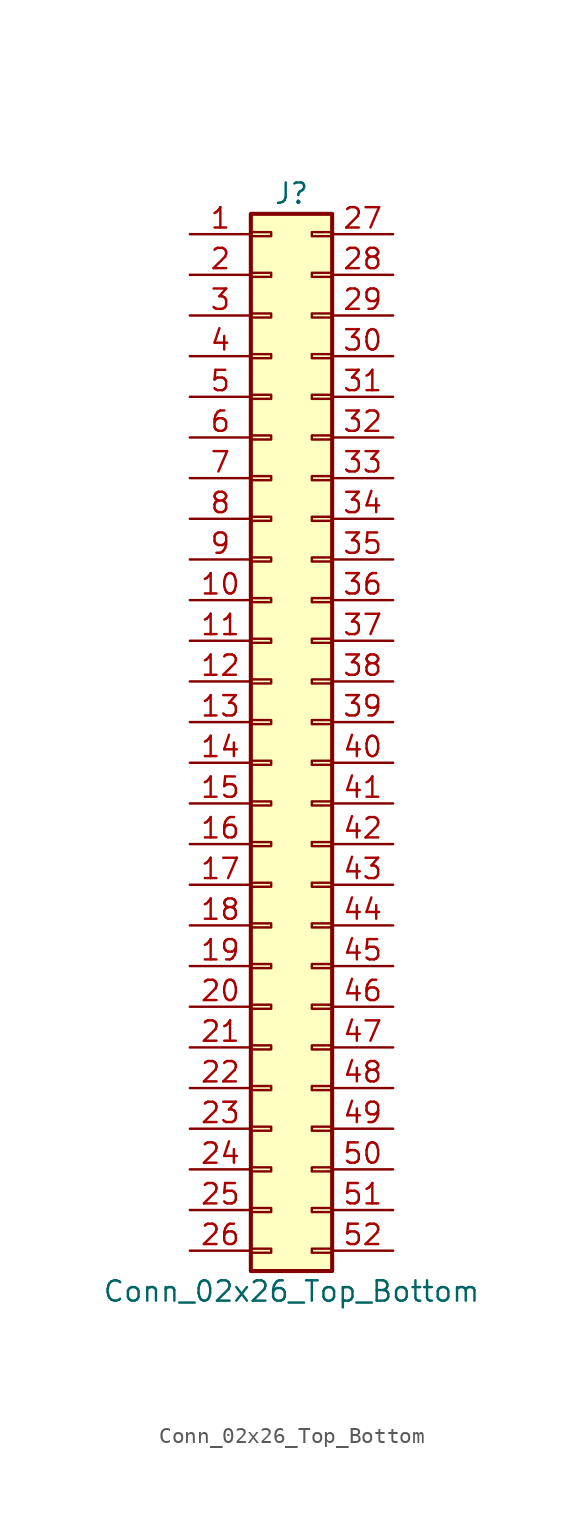
<source format=kicad_sym>
(kicad_symbol_lib
  (version 20201005)
  (generator kicad_symbol_editor)
  (symbol "Conn_02x26_Top_Bottom"
    (pin_names
      (offset 1.016) hide)
    (property "Reference" "J"
      (at 1.27 33.02 0)
      (effects (font (size 1.27 1.27))))
    (property "Value" "Conn_02x26_Top_Bottom"
      (at 1.27 -35.56 0)
      (effects (font (size 1.27 1.27))))
    (symbol "Conn_02x26_Top_Bottom_1_1"
      (rectangle (start -1.27 -32.893) (end 0 -33.147) (stroke (width 0.152)) (fill (type none)))
      (rectangle (start -1.27 -30.353) (end 0 -30.607) (stroke (width 0.152)) (fill (type none)))
      (rectangle (start -1.27 -27.813) (end 0 -28.067) (stroke (width 0.152)) (fill (type none)))
      (rectangle (start -1.27 -25.273) (end 0 -25.527) (stroke (width 0.152)) (fill (type none)))
      (rectangle (start -1.27 -22.733) (end 0 -22.987) (stroke (width 0.152)) (fill (type none)))
      (rectangle (start -1.27 -20.193) (end 0 -20.447) (stroke (width 0.152)) (fill (type none)))
      (rectangle (start -1.27 -17.653) (end 0 -17.907) (stroke (width 0.152)) (fill (type none)))
      (rectangle (start -1.27 -15.113) (end 0 -15.367) (stroke (width 0.152)) (fill (type none)))
      (rectangle (start -1.27 -12.573) (end 0 -12.827) (stroke (width 0.152)) (fill (type none)))
      (rectangle (start -1.27 -10.033) (end 0 -10.287) (stroke (width 0.152)) (fill (type none)))
      (rectangle (start -1.27 -7.493) (end 0 -7.747) (stroke (width 0.152)) (fill (type none)))
      (rectangle (start -1.27 -4.953) (end 0 -5.207) (stroke (width 0.152)) (fill (type none)))
      (rectangle (start -1.27 -2.413) (end 0 -2.667) (stroke (width 0.152)) (fill (type none)))
      (rectangle (start -1.27 0.127) (end 0 -0.127) (stroke (width 0.152)) (fill (type none)))
      (rectangle (start -1.27 2.667) (end 0 2.413) (stroke (width 0.152)) (fill (type none)))
      (rectangle (start -1.27 5.207) (end 0 4.953) (stroke (width 0.152)) (fill (type none)))
      (rectangle (start -1.27 7.747) (end 0 7.493) (stroke (width 0.152)) (fill (type none)))
      (rectangle (start -1.27 10.287) (end 0 10.033) (stroke (width 0.152)) (fill (type none)))
      (rectangle (start -1.27 12.827) (end 0 12.573) (stroke (width 0.152)) (fill (type none)))
      (rectangle (start -1.27 15.367) (end 0 15.113) (stroke (width 0.152)) (fill (type none)))
      (rectangle (start -1.27 17.907) (end 0 17.653) (stroke (width 0.152)) (fill (type none)))
      (rectangle (start -1.27 20.447) (end 0 20.193) (stroke (width 0.152)) (fill (type none)))
      (rectangle (start -1.27 22.987) (end 0 22.733) (stroke (width 0.152)) (fill (type none)))
      (rectangle (start -1.27 25.527) (end 0 25.273) (stroke (width 0.152)) (fill (type none)))
      (rectangle (start -1.27 28.067) (end 0 27.813) (stroke (width 0.152)) (fill (type none)))
      (rectangle (start -1.27 30.607) (end 0 30.353) (stroke (width 0.152)) (fill (type none)))
      (rectangle (start 3.81 -32.893) (end 2.54 -33.147) (stroke (width 0.152)) (fill (type none)))
      (rectangle (start 3.81 -30.353) (end 2.54 -30.607) (stroke (width 0.152)) (fill (type none)))
      (rectangle (start 3.81 -27.813) (end 2.54 -28.067) (stroke (width 0.152)) (fill (type none)))
      (rectangle (start 3.81 -25.273) (end 2.54 -25.527) (stroke (width 0.152)) (fill (type none)))
      (rectangle (start 3.81 -22.733) (end 2.54 -22.987) (stroke (width 0.152)) (fill (type none)))
      (rectangle (start 3.81 -20.193) (end 2.54 -20.447) (stroke (width 0.152)) (fill (type none)))
      (rectangle (start 3.81 -17.653) (end 2.54 -17.907) (stroke (width 0.152)) (fill (type none)))
      (rectangle (start 3.81 -15.113) (end 2.54 -15.367) (stroke (width 0.152)) (fill (type none)))
      (rectangle (start 3.81 -12.573) (end 2.54 -12.827) (stroke (width 0.152)) (fill (type none)))
      (rectangle (start 3.81 -10.033) (end 2.54 -10.287) (stroke (width 0.152)) (fill (type none)))
      (rectangle (start 3.81 -7.493) (end 2.54 -7.747) (stroke (width 0.152)) (fill (type none)))
      (rectangle (start 3.81 -4.953) (end 2.54 -5.207) (stroke (width 0.152)) (fill (type none)))
      (rectangle (start 3.81 -2.413) (end 2.54 -2.667) (stroke (width 0.152)) (fill (type none)))
      (rectangle (start 3.81 0.127) (end 2.54 -0.127) (stroke (width 0.152)) (fill (type none)))
      (rectangle (start 3.81 2.667) (end 2.54 2.413) (stroke (width 0.152)) (fill (type none)))
      (rectangle (start 3.81 5.207) (end 2.54 4.953) (stroke (width 0.152)) (fill (type none)))
      (rectangle (start 3.81 7.747) (end 2.54 7.493) (stroke (width 0.152)) (fill (type none)))
      (rectangle (start 3.81 10.287) (end 2.54 10.033) (stroke (width 0.152)) (fill (type none)))
      (rectangle (start 3.81 12.827) (end 2.54 12.573) (stroke (width 0.152)) (fill (type none)))
      (rectangle (start 3.81 15.367) (end 2.54 15.113) (stroke (width 0.152)) (fill (type none)))
      (rectangle (start 3.81 17.907) (end 2.54 17.653) (stroke (width 0.152)) (fill (type none)))
      (rectangle (start 3.81 20.447) (end 2.54 20.193) (stroke (width 0.152)) (fill (type none)))
      (rectangle (start 3.81 22.987) (end 2.54 22.733) (stroke (width 0.152)) (fill (type none)))
      (rectangle (start 3.81 25.527) (end 2.54 25.273) (stroke (width 0.152)) (fill (type none)))
      (rectangle (start 3.81 28.067) (end 2.54 27.813) (stroke (width 0.152)) (fill (type none)))
      (rectangle (start 3.81 30.607) (end 2.54 30.353) (stroke (width 0.152)) (fill (type none)))
      (rectangle (start -1.27 31.75) (end 3.81 -34.29) (stroke (width 0.254)) (fill (type background)))
      (pin passive line (at -5.08 30.48 0) (length 3.81) (name "Pin_1" (effects (font (size 1.27 1.27)))) (number "1" (effects (font (size 1.27 1.27)))))
      (pin passive line (at -5.08 7.62 0) (length 3.81) (name "Pin_10" (effects (font (size 1.27 1.27)))) (number "10" (effects (font (size 1.27 1.27)))))
      (pin passive line (at -5.08 5.08 0) (length 3.81) (name "Pin_11" (effects (font (size 1.27 1.27)))) (number "11" (effects (font (size 1.27 1.27)))))
      (pin passive line (at -5.08 2.54 0) (length 3.81) (name "Pin_12" (effects (font (size 1.27 1.27)))) (number "12" (effects (font (size 1.27 1.27)))))
      (pin passive line (at -5.08 0 0) (length 3.81) (name "Pin_13" (effects (font (size 1.27 1.27)))) (number "13" (effects (font (size 1.27 1.27)))))
      (pin passive line (at -5.08 -2.54 0) (length 3.81) (name "Pin_14" (effects (font (size 1.27 1.27)))) (number "14" (effects (font (size 1.27 1.27)))))
      (pin passive line (at -5.08 -5.08 0) (length 3.81) (name "Pin_15" (effects (font (size 1.27 1.27)))) (number "15" (effects (font (size 1.27 1.27)))))
      (pin passive line (at -5.08 -7.62 0) (length 3.81) (name "Pin_16" (effects (font (size 1.27 1.27)))) (number "16" (effects (font (size 1.27 1.27)))))
      (pin passive line (at -5.08 -10.16 0) (length 3.81) (name "Pin_17" (effects (font (size 1.27 1.27)))) (number "17" (effects (font (size 1.27 1.27)))))
      (pin passive line (at -5.08 -12.7 0) (length 3.81) (name "Pin_18" (effects (font (size 1.27 1.27)))) (number "18" (effects (font (size 1.27 1.27)))))
      (pin passive line (at -5.08 -15.24 0) (length 3.81) (name "Pin_19" (effects (font (size 1.27 1.27)))) (number "19" (effects (font (size 1.27 1.27)))))
      (pin passive line (at -5.08 27.94 0) (length 3.81) (name "Pin_2" (effects (font (size 1.27 1.27)))) (number "2" (effects (font (size 1.27 1.27)))))
      (pin passive line (at -5.08 -17.78 0) (length 3.81) (name "Pin_20" (effects (font (size 1.27 1.27)))) (number "20" (effects (font (size 1.27 1.27)))))
      (pin passive line (at -5.08 -20.32 0) (length 3.81) (name "Pin_21" (effects (font (size 1.27 1.27)))) (number "21" (effects (font (size 1.27 1.27)))))
      (pin passive line (at -5.08 -22.86 0) (length 3.81) (name "Pin_22" (effects (font (size 1.27 1.27)))) (number "22" (effects (font (size 1.27 1.27)))))
      (pin passive line (at -5.08 -25.4 0) (length 3.81) (name "Pin_23" (effects (font (size 1.27 1.27)))) (number "23" (effects (font (size 1.27 1.27)))))
      (pin passive line (at -5.08 -27.94 0) (length 3.81) (name "Pin_24" (effects (font (size 1.27 1.27)))) (number "24" (effects (font (size 1.27 1.27)))))
      (pin passive line (at -5.08 -30.48 0) (length 3.81) (name "Pin_25" (effects (font (size 1.27 1.27)))) (number "25" (effects (font (size 1.27 1.27)))))
      (pin passive line (at -5.08 -33.02 0) (length 3.81) (name "Pin_26" (effects (font (size 1.27 1.27)))) (number "26" (effects (font (size 1.27 1.27)))))
      (pin passive line (at 7.62 30.48 180) (length 3.81) (name "Pin_27" (effects (font (size 1.27 1.27)))) (number "27" (effects (font (size 1.27 1.27)))))
      (pin passive line (at 7.62 27.94 180) (length 3.81) (name "Pin_28" (effects (font (size 1.27 1.27)))) (number "28" (effects (font (size 1.27 1.27)))))
      (pin passive line (at 7.62 25.4 180) (length 3.81) (name "Pin_29" (effects (font (size 1.27 1.27)))) (number "29" (effects (font (size 1.27 1.27)))))
      (pin passive line (at -5.08 25.4 0) (length 3.81) (name "Pin_3" (effects (font (size 1.27 1.27)))) (number "3" (effects (font (size 1.27 1.27)))))
      (pin passive line (at 7.62 22.86 180) (length 3.81) (name "Pin_30" (effects (font (size 1.27 1.27)))) (number "30" (effects (font (size 1.27 1.27)))))
      (pin passive line (at 7.62 20.32 180) (length 3.81) (name "Pin_31" (effects (font (size 1.27 1.27)))) (number "31" (effects (font (size 1.27 1.27)))))
      (pin passive line (at 7.62 17.78 180) (length 3.81) (name "Pin_32" (effects (font (size 1.27 1.27)))) (number "32" (effects (font (size 1.27 1.27)))))
      (pin passive line (at 7.62 15.24 180) (length 3.81) (name "Pin_33" (effects (font (size 1.27 1.27)))) (number "33" (effects (font (size 1.27 1.27)))))
      (pin passive line (at 7.62 12.7 180) (length 3.81) (name "Pin_34" (effects (font (size 1.27 1.27)))) (number "34" (effects (font (size 1.27 1.27)))))
      (pin passive line (at 7.62 10.16 180) (length 3.81) (name "Pin_35" (effects (font (size 1.27 1.27)))) (number "35" (effects (font (size 1.27 1.27)))))
      (pin passive line (at 7.62 7.62 180) (length 3.81) (name "Pin_36" (effects (font (size 1.27 1.27)))) (number "36" (effects (font (size 1.27 1.27)))))
      (pin passive line (at 7.62 5.08 180) (length 3.81) (name "Pin_37" (effects (font (size 1.27 1.27)))) (number "37" (effects (font (size 1.27 1.27)))))
      (pin passive line (at 7.62 2.54 180) (length 3.81) (name "Pin_38" (effects (font (size 1.27 1.27)))) (number "38" (effects (font (size 1.27 1.27)))))
      (pin passive line (at 7.62 0 180) (length 3.81) (name "Pin_39" (effects (font (size 1.27 1.27)))) (number "39" (effects (font (size 1.27 1.27)))))
      (pin passive line (at -5.08 22.86 0) (length 3.81) (name "Pin_4" (effects (font (size 1.27 1.27)))) (number "4" (effects (font (size 1.27 1.27)))))
      (pin passive line (at 7.62 -2.54 180) (length 3.81) (name "Pin_40" (effects (font (size 1.27 1.27)))) (number "40" (effects (font (size 1.27 1.27)))))
      (pin passive line (at 7.62 -5.08 180) (length 3.81) (name "Pin_41" (effects (font (size 1.27 1.27)))) (number "41" (effects (font (size 1.27 1.27)))))
      (pin passive line (at 7.62 -7.62 180) (length 3.81) (name "Pin_42" (effects (font (size 1.27 1.27)))) (number "42" (effects (font (size 1.27 1.27)))))
      (pin passive line (at 7.62 -10.16 180) (length 3.81) (name "Pin_43" (effects (font (size 1.27 1.27)))) (number "43" (effects (font (size 1.27 1.27)))))
      (pin passive line (at 7.62 -12.7 180) (length 3.81) (name "Pin_44" (effects (font (size 1.27 1.27)))) (number "44" (effects (font (size 1.27 1.27)))))
      (pin passive line (at 7.62 -15.24 180) (length 3.81) (name "Pin_45" (effects (font (size 1.27 1.27)))) (number "45" (effects (font (size 1.27 1.27)))))
      (pin passive line (at 7.62 -17.78 180) (length 3.81) (name "Pin_46" (effects (font (size 1.27 1.27)))) (number "46" (effects (font (size 1.27 1.27)))))
      (pin passive line (at 7.62 -20.32 180) (length 3.81) (name "Pin_47" (effects (font (size 1.27 1.27)))) (number "47" (effects (font (size 1.27 1.27)))))
      (pin passive line (at 7.62 -22.86 180) (length 3.81) (name "Pin_48" (effects (font (size 1.27 1.27)))) (number "48" (effects (font (size 1.27 1.27)))))
      (pin passive line (at 7.62 -25.4 180) (length 3.81) (name "Pin_49" (effects (font (size 1.27 1.27)))) (number "49" (effects (font (size 1.27 1.27)))))
      (pin passive line (at -5.08 20.32 0) (length 3.81) (name "Pin_5" (effects (font (size 1.27 1.27)))) (number "5" (effects (font (size 1.27 1.27)))))
      (pin passive line (at 7.62 -27.94 180) (length 3.81) (name "Pin_50" (effects (font (size 1.27 1.27)))) (number "50" (effects (font (size 1.27 1.27)))))
      (pin passive line (at 7.62 -30.48 180) (length 3.81) (name "Pin_51" (effects (font (size 1.27 1.27)))) (number "51" (effects (font (size 1.27 1.27)))))
      (pin passive line (at 7.62 -33.02 180) (length 3.81) (name "Pin_52" (effects (font (size 1.27 1.27)))) (number "52" (effects (font (size 1.27 1.27)))))
      (pin passive line (at -5.08 17.78 0) (length 3.81) (name "Pin_6" (effects (font (size 1.27 1.27)))) (number "6" (effects (font (size 1.27 1.27)))))
      (pin passive line (at -5.08 15.24 0) (length 3.81) (name "Pin_7" (effects (font (size 1.27 1.27)))) (number "7" (effects (font (size 1.27 1.27)))))
      (pin passive line (at -5.08 12.7 0) (length 3.81) (name "Pin_8" (effects (font (size 1.27 1.27)))) (number "8" (effects (font (size 1.27 1.27)))))
      (pin passive line (at -5.08 10.16 0) (length 3.81) (name "Pin_9" (effects (font (size 1.27 1.27)))) (number "9" (effects (font (size 1.27 1.27))))))))
</source>
